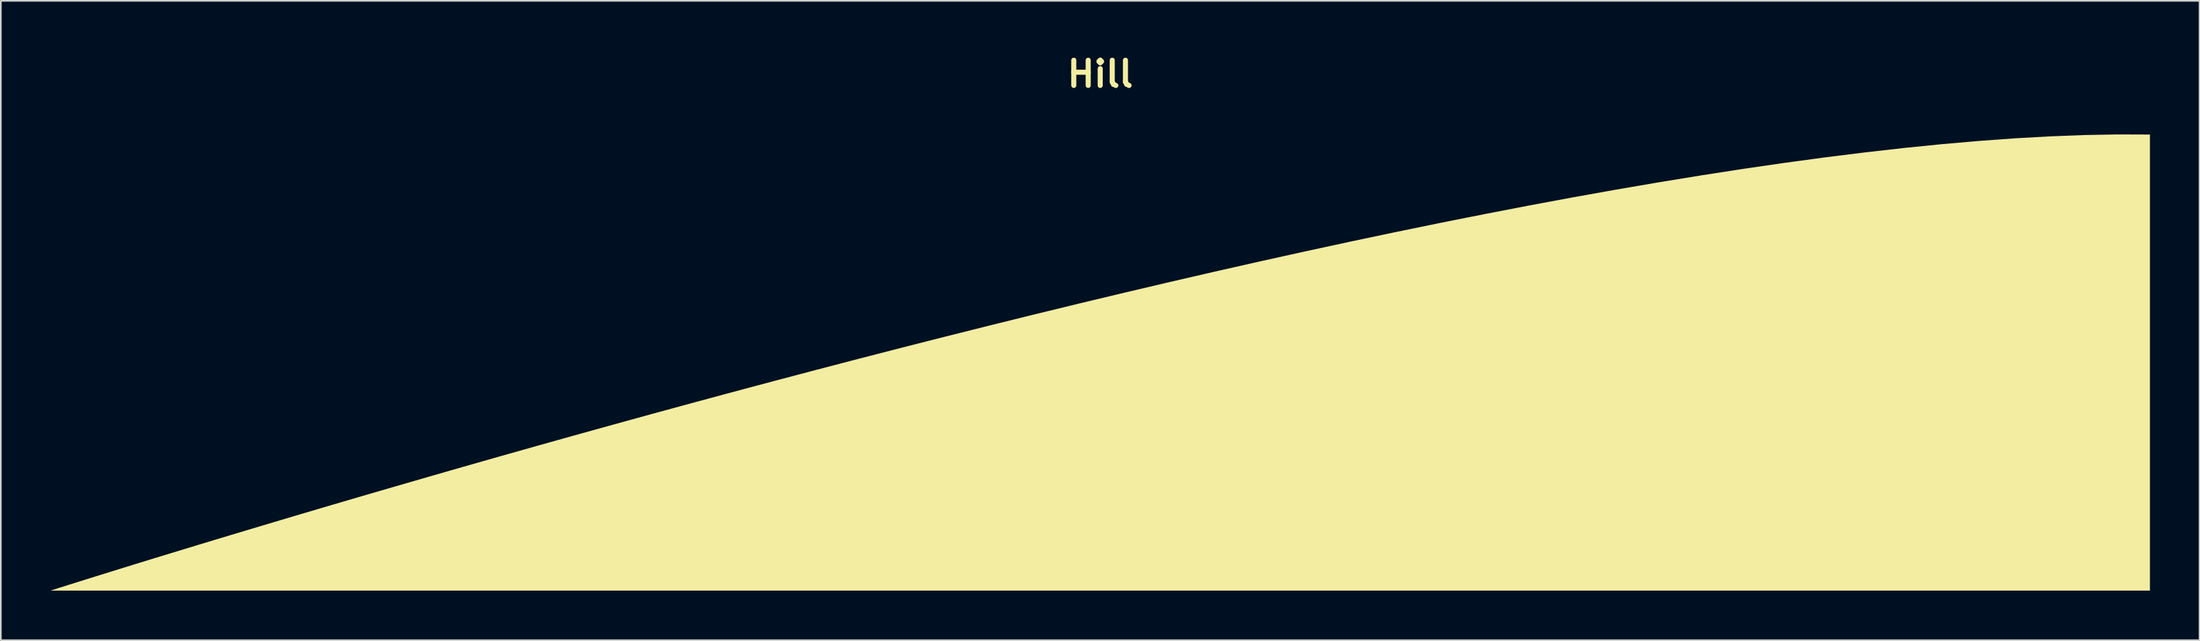
<source format=kicad_pcb>
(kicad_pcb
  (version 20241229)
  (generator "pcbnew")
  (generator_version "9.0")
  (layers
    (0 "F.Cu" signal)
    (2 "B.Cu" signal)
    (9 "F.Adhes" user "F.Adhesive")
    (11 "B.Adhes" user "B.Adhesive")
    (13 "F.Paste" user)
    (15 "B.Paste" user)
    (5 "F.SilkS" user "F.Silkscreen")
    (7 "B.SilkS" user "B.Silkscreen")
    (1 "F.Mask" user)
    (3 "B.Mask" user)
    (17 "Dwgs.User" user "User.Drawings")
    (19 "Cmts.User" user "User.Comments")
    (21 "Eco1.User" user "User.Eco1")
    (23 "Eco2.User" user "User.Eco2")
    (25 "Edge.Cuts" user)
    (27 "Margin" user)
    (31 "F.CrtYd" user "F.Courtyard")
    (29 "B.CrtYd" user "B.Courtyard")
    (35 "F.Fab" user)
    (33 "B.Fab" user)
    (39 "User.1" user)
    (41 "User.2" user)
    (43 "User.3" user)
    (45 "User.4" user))
  (footprint "Hill"
    (layer "F.Cu")
    (at 63.384 18.565)
    (property "Reference" "Hill" (at 0 -17.139 0) (layer "F.SilkS") (effects (font (size 1.524 1.524) (thickness 0.305))))
    (attr exclude_from_pos_files exclude_from_bom)
    (fp_poly (pts (xy -63.384 14.091) (xy -63.316 14.069) (xy -63.114 14.005) (xy -62.782 13.899) (xy -62.323 13.754) (xy -61.741 13.571) (xy -61.039 13.351) (xy -60.22 13.095) (xy -59.288 12.805) (xy -58.247 12.483) (xy -57.1 12.13) (xy -55.85 11.748) (xy -54.5 11.337) (xy -53.055 10.899) (xy -51.517 10.436) (xy -49.891 9.949) (xy -48.179 9.439) (xy -46.385 8.909) (xy -44.512 8.359) (xy -42.564 7.791) (xy -40.545 7.206) (xy -38.457 6.605) (xy -36.305 5.991) (xy -34.091 5.364) (xy -31.819 4.727) (xy -29.493 4.08) (xy -27.116 3.424) (xy -24.691 2.762) (xy -22.222 2.095) (xy -19.712 1.424) (xy -17.165 0.751) (xy -14.584 0.076) (xy -11.973 -0.598) (xy -9.335 -1.27) (xy -6.674 -1.938) (xy -3.992 -2.602) (xy -1.294 -3.26) (xy 1.417 -3.91) (xy 4.138 -4.551) (xy 6.865 -5.182) (xy 9.595 -5.8) (xy 12.324 -6.405) (xy 15.049 -6.996) (xy 17.767 -7.57) (xy 20.473 -8.126) (xy 23.165 -8.663) (xy 25.839 -9.18) (xy 28.492 -9.675) (xy 31.121 -10.146) (xy 33.72 -10.592) (xy 36.289 -11.012) (xy 38.822 -11.405) (xy 41.316 -11.768) (xy 43.769 -12.101) (xy 46.176 -12.401) (xy 48.534 -12.669) (xy 50.84 -12.901) (xy 53.09 -13.097) (xy 55.281 -13.255) (xy 57.409 -13.374) (xy 59.472 -13.452) (xy 61.464 -13.488) (xy 63.384 -13.481) (xy 63.384 14.091) (xy -63.384 14.091)) (stroke (width 0) (type solid)) (fill yes) (layer "F.SilkS")))
  (gr_rect
    (start -3 -3)
    (end 129.767 35.656)
    (stroke (width 0.1) (type default))
    (fill no)
    (layer "Edge.Cuts")))
</source>
